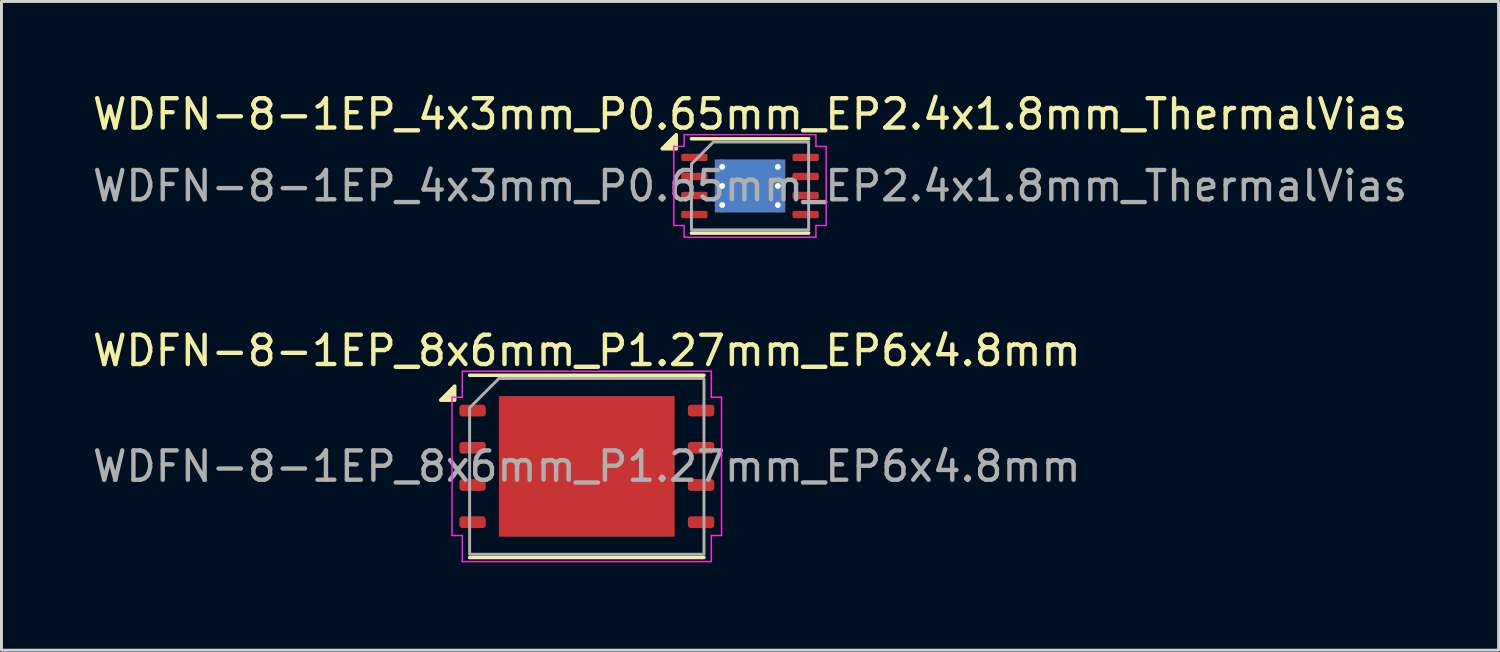
<source format=kicad_pcb>
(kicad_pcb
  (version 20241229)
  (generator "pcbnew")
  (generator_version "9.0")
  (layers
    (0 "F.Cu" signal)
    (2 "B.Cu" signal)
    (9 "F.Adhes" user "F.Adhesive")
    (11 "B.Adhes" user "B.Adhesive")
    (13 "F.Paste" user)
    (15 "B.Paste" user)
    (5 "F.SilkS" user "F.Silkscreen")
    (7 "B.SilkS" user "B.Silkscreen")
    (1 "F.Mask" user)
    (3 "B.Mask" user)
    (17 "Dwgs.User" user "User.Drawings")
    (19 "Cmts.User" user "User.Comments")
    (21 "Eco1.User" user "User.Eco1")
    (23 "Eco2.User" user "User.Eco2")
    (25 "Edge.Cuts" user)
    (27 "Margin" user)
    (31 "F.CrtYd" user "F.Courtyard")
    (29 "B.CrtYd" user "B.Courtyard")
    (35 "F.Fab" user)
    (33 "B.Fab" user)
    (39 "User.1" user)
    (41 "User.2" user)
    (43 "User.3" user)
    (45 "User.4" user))
  (footprint "WDFN-8-1EP_4x3mm_P0.65mm_EP2.4x1.8mm_ThermalVias"
    (layer "F.Cu")
    (at 22.554 3.298)
    (property "Reference" "WDFN-8-1EP_4x3mm_P0.65mm_EP2.4x1.8mm_ThermalVias" (at 0 -2.45 0) (layer "F.SilkS") (effects (font (size 1 1) (thickness 0.15))))
    (attr smd)
    (fp_line (start -2 -1.61) (end 2 -1.61) (stroke (width 0.12) (type solid)) (layer "F.SilkS"))
    (fp_line (start -2 1.61) (end 2 1.61) (stroke (width 0.12) (type solid)) (layer "F.SilkS"))
    (fp_poly (pts (xy -2.52 -1.27) (xy -3 -1.27) (xy -2.52 -1.75)) (stroke (width 0.12) (type solid)) (fill yes) (layer "F.SilkS"))
    (fp_line (start -2.6 -1.35) (end -2.25 -1.35) (stroke (width 0.05) (type solid)) (layer "F.CrtYd"))
    (fp_line (start -2.6 1.35) (end -2.6 -1.35) (stroke (width 0.05) (type solid)) (layer "F.CrtYd"))
    (fp_line (start -2.25 -1.75) (end 2.25 -1.75) (stroke (width 0.05) (type solid)) (layer "F.CrtYd"))
    (fp_line (start -2.25 -1.35) (end -2.25 -1.75) (stroke (width 0.05) (type solid)) (layer "F.CrtYd"))
    (fp_line (start -2.25 1.35) (end -2.6 1.35) (stroke (width 0.05) (type solid)) (layer "F.CrtYd"))
    (fp_line (start -2.25 1.75) (end -2.25 1.35) (stroke (width 0.05) (type solid)) (layer "F.CrtYd"))
    (fp_line (start 2.25 -1.75) (end 2.25 -1.35) (stroke (width 0.05) (type solid)) (layer "F.CrtYd"))
    (fp_line (start 2.25 -1.35) (end 2.6 -1.35) (stroke (width 0.05) (type solid)) (layer "F.CrtYd"))
    (fp_line (start 2.25 1.35) (end 2.25 1.75) (stroke (width 0.05) (type solid)) (layer "F.CrtYd"))
    (fp_line (start 2.25 1.75) (end -2.25 1.75) (stroke (width 0.05) (type solid)) (layer "F.CrtYd"))
    (fp_line (start 2.6 -1.35) (end 2.6 1.35) (stroke (width 0.05) (type solid)) (layer "F.CrtYd"))
    (fp_line (start 2.6 1.35) (end 2.25 1.35) (stroke (width 0.05) (type solid)) (layer "F.CrtYd"))
    (fp_poly (pts (xy -2 -0.75) (xy -2 1.5) (xy 2 1.5) (xy 2 -1.5) (xy -1.25 -1.5)) (stroke (width 0.1) (type solid)) (fill no) (layer "F.Fab"))
    (fp_text user "${REFERENCE}" (at 0 0 0) (layer "F.Fab") (effects (font (size 1 1) (thickness 0.15))))
    (pad "" smd roundrect (at -0.6 -0.45) (size 0.97 0.73) (layers "F.Paste") (roundrect_rratio 0.25))
    (pad "" smd roundrect (at -0.6 0.45) (size 0.97 0.73) (layers "F.Paste") (roundrect_rratio 0.25))
    (pad "" smd roundrect (at 0.6 -0.45) (size 0.97 0.73) (layers "F.Paste") (roundrect_rratio 0.25))
    (pad "" smd roundrect (at 0.6 0.45) (size 0.97 0.73) (layers "F.Paste") (roundrect_rratio 0.25))
    (pad "1" smd roundrect (at -1.9 -0.975) (size 0.9 0.25) (layers "F.Cu" "F.Mask" "F.Paste") (roundrect_rratio 0.25))
    (pad "2" smd roundrect (at -1.9 -0.325) (size 0.9 0.25) (layers "F.Cu" "F.Mask" "F.Paste") (roundrect_rratio 0.25))
    (pad "3" smd roundrect (at -1.9 0.325) (size 0.9 0.25) (layers "F.Cu" "F.Mask" "F.Paste") (roundrect_rratio 0.25))
    (pad "4" smd roundrect (at -1.9 0.975) (size 0.9 0.25) (layers "F.Cu" "F.Mask" "F.Paste") (roundrect_rratio 0.25))
    (pad "5" smd roundrect (at 1.9 0.975) (size 0.9 0.25) (layers "F.Cu" "F.Mask" "F.Paste") (roundrect_rratio 0.25))
    (pad "6" smd roundrect (at 1.9 0.325) (size 0.9 0.25) (layers "F.Cu" "F.Mask" "F.Paste") (roundrect_rratio 0.25))
    (pad "7" smd roundrect (at 1.9 -0.325) (size 0.9 0.25) (layers "F.Cu" "F.Mask" "F.Paste") (roundrect_rratio 0.25))
    (pad "8" smd roundrect (at 1.9 -0.975) (size 0.9 0.25) (layers "F.Cu" "F.Mask" "F.Paste") (roundrect_rratio 0.25))
    (pad "9" thru_hole circle (at -0.95 -0.65) (size 0.5 0.5) (drill 0.2) (property pad_prop_heatsink) (layers "*.Cu"))
    (pad "9" thru_hole circle (at -0.95 0) (size 0.5 0.5) (drill 0.2) (property pad_prop_heatsink) (layers "*.Cu"))
    (pad "9" thru_hole circle (at -0.95 0.65) (size 0.5 0.5) (drill 0.2) (property pad_prop_heatsink) (layers "*.Cu"))
    (pad "9" smd rect (at 0 0) (size 2.4 1.8) (property pad_prop_heatsink) (layers "F.Cu" "F.Mask"))
    (pad "9" smd rect (at 0 0) (size 2.4 1.8) (property pad_prop_heatsink) (layers "B.Cu"))
    (pad "9" thru_hole circle (at 0.95 -0.65) (size 0.5 0.5) (drill 0.2) (property pad_prop_heatsink) (layers "*.Cu"))
    (pad "9" thru_hole circle (at 0.95 0) (size 0.5 0.5) (drill 0.2) (property pad_prop_heatsink) (layers "*.Cu"))
    (pad "9" thru_hole circle (at 0.95 0.65) (size 0.5 0.5) (drill 0.2) (property pad_prop_heatsink) (layers "*.Cu")))
  (footprint "WDFN-8-1EP_8x6mm_P1.27mm_EP6x4.8mm"
    (layer "F.Cu")
    (at 16.982 12.871)
    (property "Reference" "WDFN-8-1EP_8x6mm_P1.27mm_EP6x4.8mm" (at 0 -3.95 0) (layer "F.SilkS") (effects (font (size 1 1) (thickness 0.15))))
    (attr smd)
    (fp_line (start -4 -3.11) (end 4 -3.11) (stroke (width 0.12) (type solid)) (layer "F.SilkS"))
    (fp_line (start -4 3.11) (end 4 3.11) (stroke (width 0.12) (type solid)) (layer "F.SilkS"))
    (fp_poly (pts (xy -4.51 -2.26) (xy -4.99 -2.26) (xy -4.51 -2.74)) (stroke (width 0.12) (type solid)) (fill yes) (layer "F.SilkS"))
    (fp_line (start -4.6 -2.36) (end -4.25 -2.36) (stroke (width 0.05) (type solid)) (layer "F.CrtYd"))
    (fp_line (start -4.6 2.36) (end -4.6 -2.36) (stroke (width 0.05) (type solid)) (layer "F.CrtYd"))
    (fp_line (start -4.25 -3.25) (end 4.25 -3.25) (stroke (width 0.05) (type solid)) (layer "F.CrtYd"))
    (fp_line (start -4.25 -2.36) (end -4.25 -3.25) (stroke (width 0.05) (type solid)) (layer "F.CrtYd"))
    (fp_line (start -4.25 2.36) (end -4.6 2.36) (stroke (width 0.05) (type solid)) (layer "F.CrtYd"))
    (fp_line (start -4.25 3.25) (end -4.25 2.36) (stroke (width 0.05) (type solid)) (layer "F.CrtYd"))
    (fp_line (start 4.25 -3.25) (end 4.25 -2.36) (stroke (width 0.05) (type solid)) (layer "F.CrtYd"))
    (fp_line (start 4.25 -2.36) (end 4.6 -2.36) (stroke (width 0.05) (type solid)) (layer "F.CrtYd"))
    (fp_line (start 4.25 2.36) (end 4.25 3.25) (stroke (width 0.05) (type solid)) (layer "F.CrtYd"))
    (fp_line (start 4.25 3.25) (end -4.25 3.25) (stroke (width 0.05) (type solid)) (layer "F.CrtYd"))
    (fp_line (start 4.6 -2.36) (end 4.6 2.36) (stroke (width 0.05) (type solid)) (layer "F.CrtYd"))
    (fp_line (start 4.6 2.36) (end 4.25 2.36) (stroke (width 0.05) (type solid)) (layer "F.CrtYd"))
    (fp_poly (pts (xy -4 -2) (xy -4 3) (xy 4 3) (xy 4 -3) (xy -3 -3)) (stroke (width 0.1) (type solid)) (fill no) (layer "F.Fab"))
    (fp_text user "${REFERENCE}" (at 0 0 0) (layer "F.Fab") (effects (font (size 1 1) (thickness 0.15))))
    (pad "" smd roundrect (at -2.25 -1.6) (size 1.21 1.29) (layers "F.Paste") (roundrect_rratio 0.207))
    (pad "" smd roundrect (at -2.25 0) (size 1.21 1.29) (layers "F.Paste") (roundrect_rratio 0.207))
    (pad "" smd roundrect (at -2.25 1.6) (size 1.21 1.29) (layers "F.Paste") (roundrect_rratio 0.207))
    (pad "" smd roundrect (at -0.75 -1.6) (size 1.21 1.29) (layers "F.Paste") (roundrect_rratio 0.207))
    (pad "" smd roundrect (at -0.75 0) (size 1.21 1.29) (layers "F.Paste") (roundrect_rratio 0.207))
    (pad "" smd roundrect (at -0.75 1.6) (size 1.21 1.29) (layers "F.Paste") (roundrect_rratio 0.207))
    (pad "" smd roundrect (at 0.75 -1.6) (size 1.21 1.29) (layers "F.Paste") (roundrect_rratio 0.207))
    (pad "" smd roundrect (at 0.75 0) (size 1.21 1.29) (layers "F.Paste") (roundrect_rratio 0.207))
    (pad "" smd roundrect (at 0.75 1.6) (size 1.21 1.29) (layers "F.Paste") (roundrect_rratio 0.207))
    (pad "" smd roundrect (at 2.25 -1.6) (size 1.21 1.29) (layers "F.Paste") (roundrect_rratio 0.207))
    (pad "" smd roundrect (at 2.25 0) (size 1.21 1.29) (layers "F.Paste") (roundrect_rratio 0.207))
    (pad "" smd roundrect (at 2.25 1.6) (size 1.21 1.29) (layers "F.Paste") (roundrect_rratio 0.207))
    (pad "1" smd roundrect (at -3.9 -1.905) (size 0.9 0.4) (layers "F.Cu" "F.Mask" "F.Paste") (roundrect_rratio 0.25))
    (pad "2" smd roundrect (at -3.9 -0.635) (size 0.9 0.4) (layers "F.Cu" "F.Mask" "F.Paste") (roundrect_rratio 0.25))
    (pad "3" smd roundrect (at -3.9 0.635) (size 0.9 0.4) (layers "F.Cu" "F.Mask" "F.Paste") (roundrect_rratio 0.25))
    (pad "4" smd roundrect (at -3.9 1.905) (size 0.9 0.4) (layers "F.Cu" "F.Mask" "F.Paste") (roundrect_rratio 0.25))
    (pad "5" smd roundrect (at 3.9 1.905) (size 0.9 0.4) (layers "F.Cu" "F.Mask" "F.Paste") (roundrect_rratio 0.25))
    (pad "6" smd roundrect (at 3.9 0.635) (size 0.9 0.4) (layers "F.Cu" "F.Mask" "F.Paste") (roundrect_rratio 0.25))
    (pad "7" smd roundrect (at 3.9 -0.635) (size 0.9 0.4) (layers "F.Cu" "F.Mask" "F.Paste") (roundrect_rratio 0.25))
    (pad "8" smd roundrect (at 3.9 -1.905) (size 0.9 0.4) (layers "F.Cu" "F.Mask" "F.Paste") (roundrect_rratio 0.25))
    (pad "9" smd rect (at 0 0) (size 6 4.8) (property pad_prop_heatsink) (layers "F.Cu" "F.Mask")))
  (gr_rect
    (start -3 -3)
    (end 48.107 19.146)
    (stroke (width 0.1) (type default))
    (fill no)
    (layer "Edge.Cuts")))
</source>
